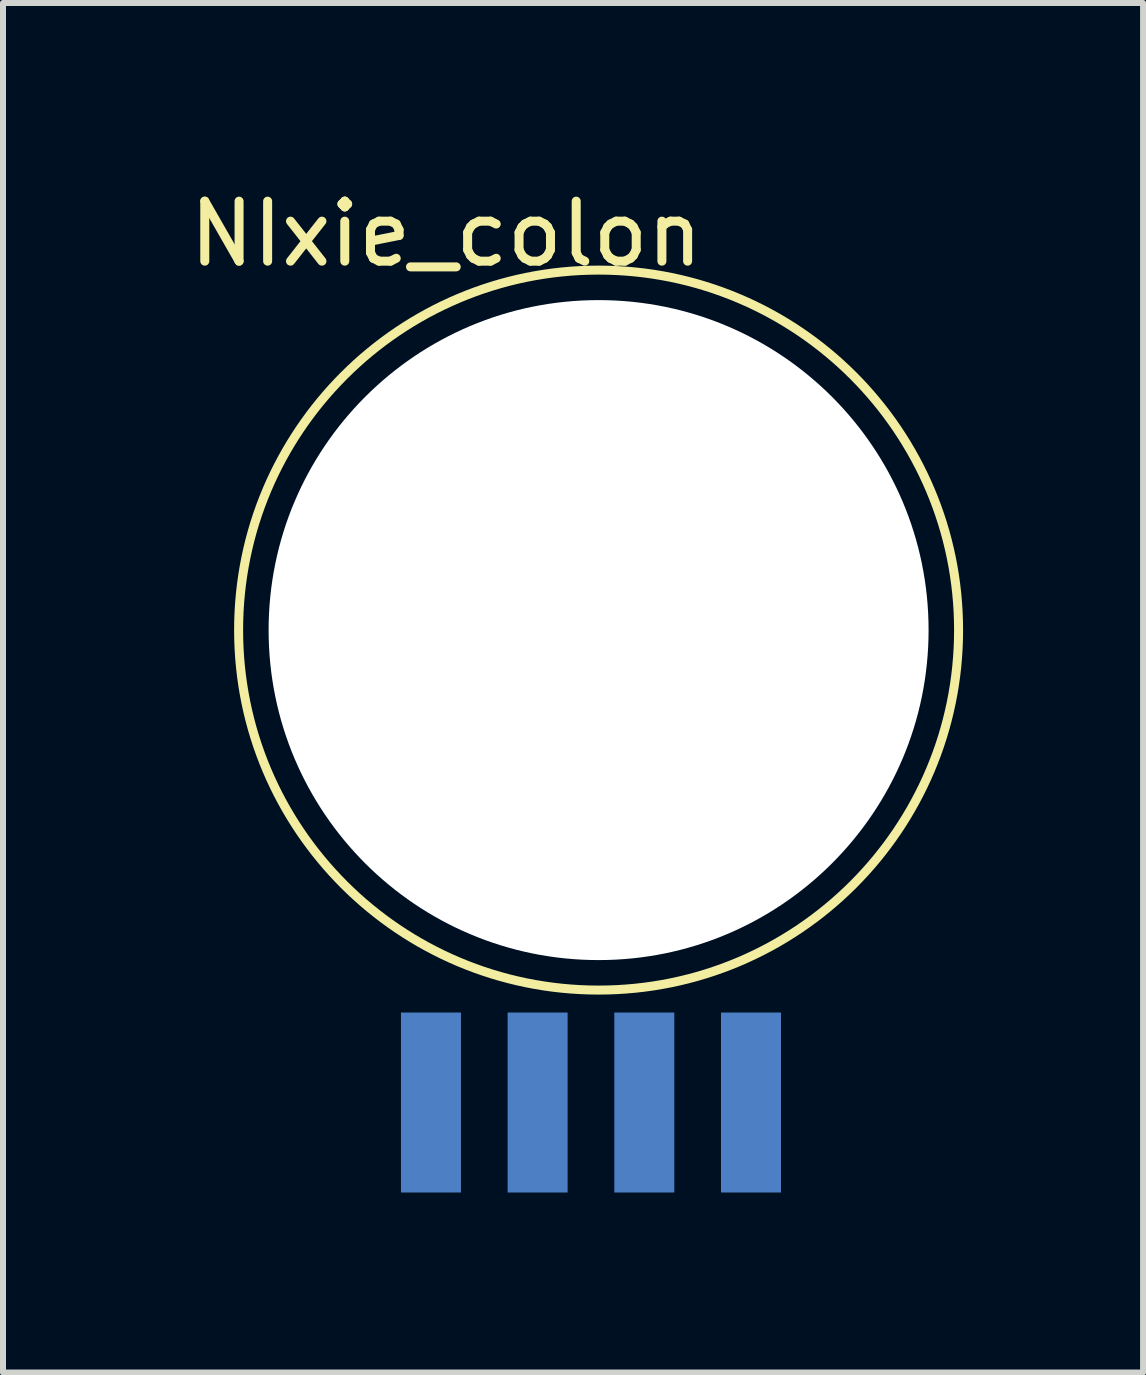
<source format=kicad_pcb>
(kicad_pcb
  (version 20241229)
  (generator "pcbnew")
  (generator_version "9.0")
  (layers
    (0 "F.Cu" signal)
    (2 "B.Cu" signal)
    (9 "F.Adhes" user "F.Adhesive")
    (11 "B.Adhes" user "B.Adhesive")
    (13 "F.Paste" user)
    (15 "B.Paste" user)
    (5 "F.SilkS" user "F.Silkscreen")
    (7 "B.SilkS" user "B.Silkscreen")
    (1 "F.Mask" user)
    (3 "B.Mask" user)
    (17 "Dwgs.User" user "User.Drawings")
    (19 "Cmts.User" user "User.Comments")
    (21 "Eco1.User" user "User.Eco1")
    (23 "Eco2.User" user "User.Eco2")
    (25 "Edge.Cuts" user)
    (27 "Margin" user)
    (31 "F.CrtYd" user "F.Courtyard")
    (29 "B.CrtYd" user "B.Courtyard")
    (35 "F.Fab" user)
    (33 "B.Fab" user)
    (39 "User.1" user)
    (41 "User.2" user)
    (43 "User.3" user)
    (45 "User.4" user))
  (footprint "NIxie_colon"
    (layer "F.Cu")
    (at 6.927 7.452)
    (property "Reference" "NIxie_colon" (at -2.54 -6.604 0) (layer "F.SilkS") (effects (font (size 1 1) (thickness 0.15))))
    (attr through_hole)
    (fp_circle (center 0 0) (end 0 6) (stroke (width 0.15) (type solid)) (fill no) (layer "F.SilkS"))
    (pad "" np_thru_hole circle (at 0 0) (size 11 11) (drill 11) (layers "*.Cu" "*.Mask"))
    (pad "1" smd rect (at 2.54 7.874) (size 1 3) (layers "F.Mask" "B.Cu" "F.Paste"))
    (pad "2" smd rect (at 0.762 7.874) (size 1 3) (layers "F.Mask" "B.Cu" "F.Paste"))
    (pad "3" smd rect (at -1.016 7.874) (size 1 3) (layers "F.Mask" "B.Cu" "F.Paste"))
    (pad "4" smd rect (at -2.794 7.874) (size 1 3) (layers "F.Mask" "B.Cu" "F.Paste")))
  (gr_rect
    (start -3 -3)
    (end 16.002 19.826)
    (stroke (width 0.1) (type default))
    (fill no)
    (layer "Edge.Cuts")))
</source>
